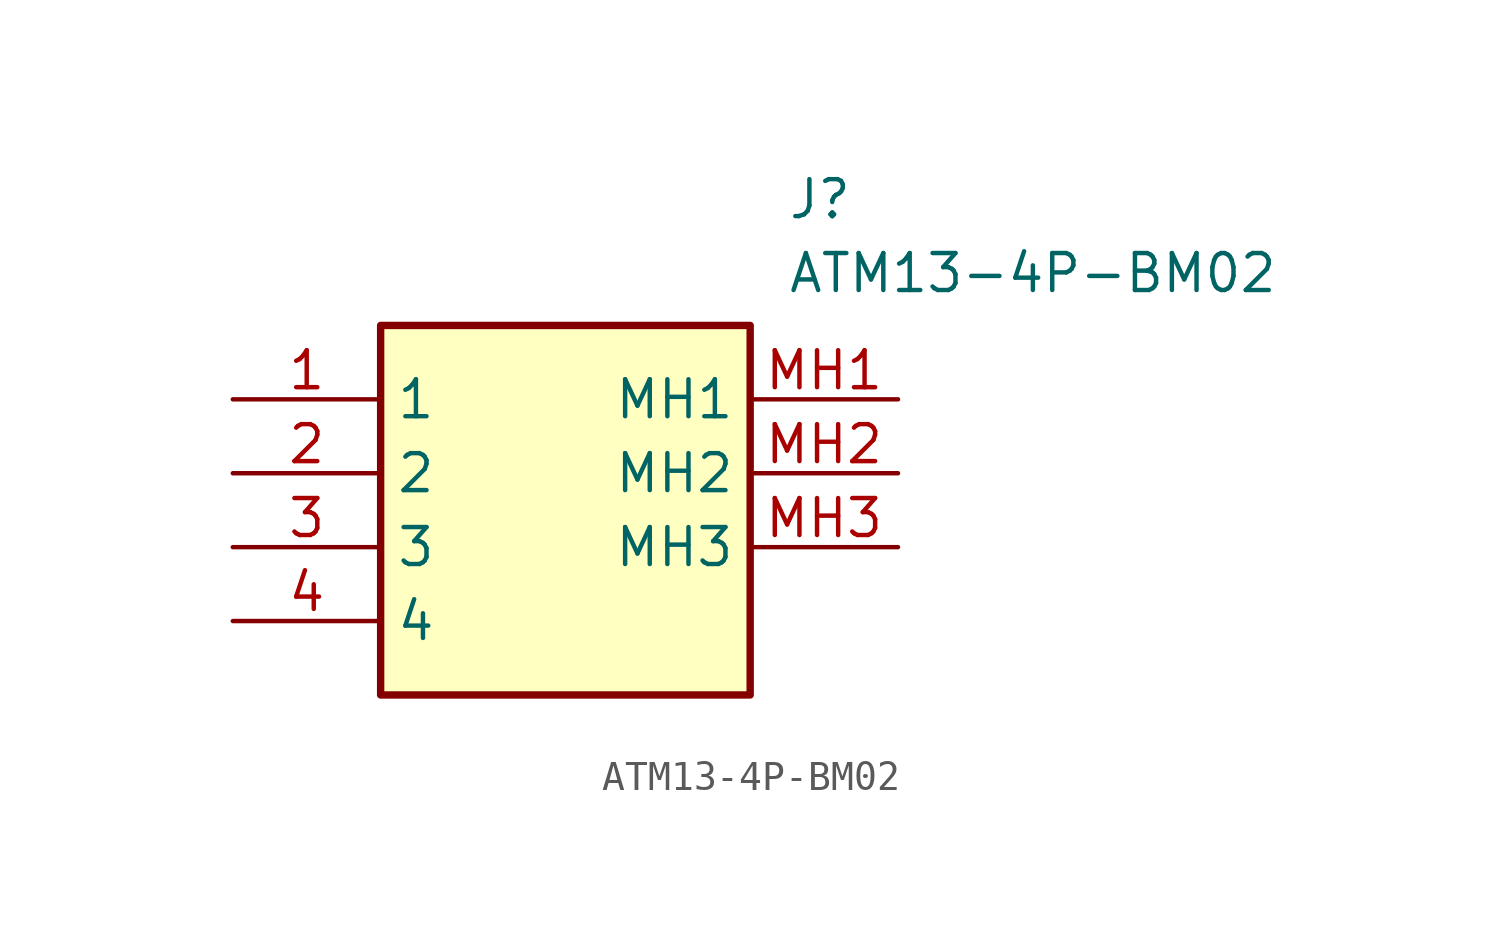
<source format=kicad_sym>
(kicad_symbol_lib
  (version 20211014)
  (generator SamacSys_ECAD_Model)
  (symbol "ATM13-4P-BM02"
    (property "Reference" "J"
      (at 19.05 7.62 0)
      (effects (font (size 1.27 1.27)) (justify left top)))
    (property "Value" "ATM13-4P-BM02"
      (at 19.05 5.08 0)
      (effects (font (size 1.27 1.27)) (justify left top)))
    (rectangle
      (start 5.08 2.54)
      (end 17.78 -10.16)
      (stroke (width 0.254) (type default))
      (fill (type background)))
    (pin passive line
      (at 0 0 0)
      (length 5.08)
      (name "1" (effects (font (size 1.27 1.27))))
      (number "1" (effects (font (size 1.27 1.27)))))
    (pin passive line
      (at 0 -2.54 0)
      (length 5.08)
      (name "2" (effects (font (size 1.27 1.27))))
      (number "2" (effects (font (size 1.27 1.27)))))
    (pin passive line
      (at 0 -5.08 0)
      (length 5.08)
      (name "3" (effects (font (size 1.27 1.27))))
      (number "3" (effects (font (size 1.27 1.27)))))
    (pin passive line
      (at 0 -7.62 0)
      (length 5.08)
      (name "4" (effects (font (size 1.27 1.27))))
      (number "4" (effects (font (size 1.27 1.27)))))
    (pin passive line
      (at 22.86 0 180)
      (length 5.08)
      (name "MH1" (effects (font (size 1.27 1.27))))
      (number "MH1" (effects (font (size 1.27 1.27)))))
    (pin passive line
      (at 22.86 -2.54 180)
      (length 5.08)
      (name "MH2" (effects (font (size 1.27 1.27))))
      (number "MH2" (effects (font (size 1.27 1.27)))))
    (pin passive line
      (at 22.86 -5.08 180)
      (length 5.08)
      (name "MH3" (effects (font (size 1.27 1.27))))
      (number "MH3" (effects (font (size 1.27 1.27)))))))
</source>
